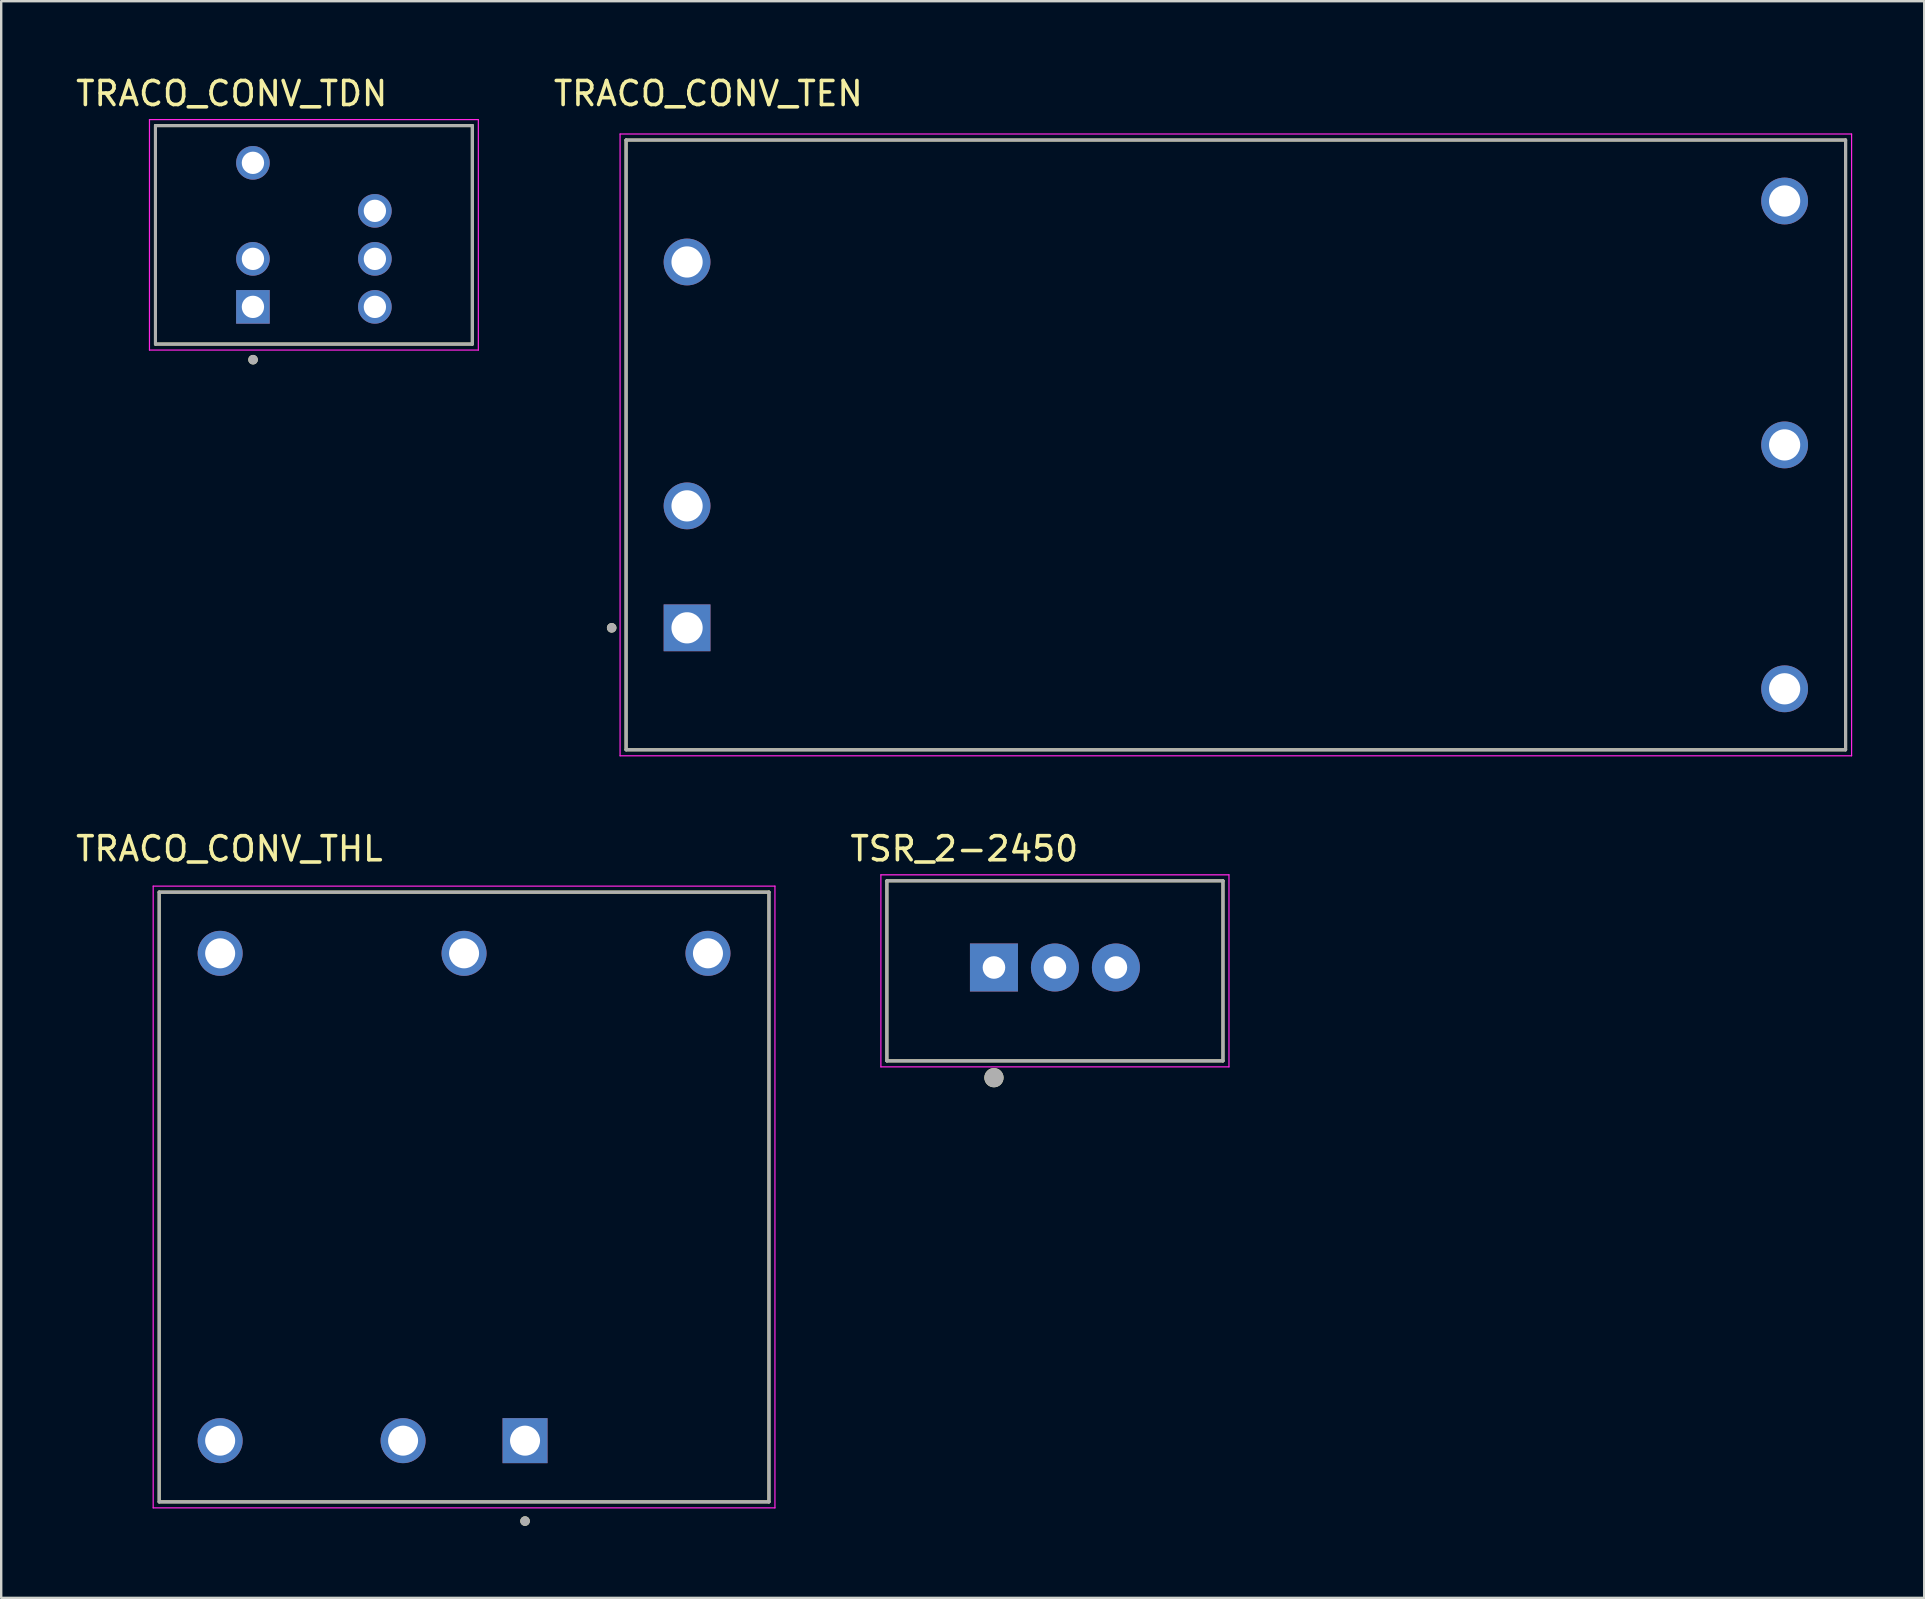
<source format=kicad_pcb>
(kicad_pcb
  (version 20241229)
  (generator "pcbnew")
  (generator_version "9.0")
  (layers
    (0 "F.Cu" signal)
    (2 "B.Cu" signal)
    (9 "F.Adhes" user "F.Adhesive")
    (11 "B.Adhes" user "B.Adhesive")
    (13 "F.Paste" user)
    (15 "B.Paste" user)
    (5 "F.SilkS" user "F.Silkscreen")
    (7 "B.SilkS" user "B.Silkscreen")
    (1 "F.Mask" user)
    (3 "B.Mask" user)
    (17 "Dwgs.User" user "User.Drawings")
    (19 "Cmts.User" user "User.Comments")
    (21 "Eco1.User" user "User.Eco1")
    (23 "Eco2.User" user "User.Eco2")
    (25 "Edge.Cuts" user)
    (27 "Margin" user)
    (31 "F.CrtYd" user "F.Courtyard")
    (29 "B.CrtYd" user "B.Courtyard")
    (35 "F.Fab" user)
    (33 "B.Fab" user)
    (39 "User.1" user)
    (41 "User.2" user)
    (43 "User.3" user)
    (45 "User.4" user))
  (footprint "TSR_2-2450"
    (layer "F.Cu")
    (at 40.894 37.392)
    (property "Reference" "TSR_2-2450" (at -3.775 -5.085 0) (layer "F.SilkS") (effects (font (size 1 1) (thickness 0.15))))
    (attr through_hole)
    (fp_line (start -7 -3.75) (end 7 -3.75) (stroke (width 0.127) (type solid)) (layer "F.SilkS"))
    (fp_line (start -7 3.75) (end -7 -3.75) (stroke (width 0.127) (type solid)) (layer "F.SilkS"))
    (fp_line (start 7 3.75) (end -7 3.75) (stroke (width 0.127) (type solid)) (layer "F.SilkS"))
    (fp_line (start 7 3.75) (end 7 -3.75) (stroke (width 0.127) (type solid)) (layer "F.SilkS"))
    (fp_circle (center -2.54 4.45) (end -2.34 4.45) (stroke (width 0.4) (type solid)) (fill no) (layer "F.SilkS"))
    (fp_line (start -7.25 -4) (end -7.25 4) (stroke (width 0.05) (type solid)) (layer "F.CrtYd"))
    (fp_line (start -7.25 -4) (end 7.25 -4) (stroke (width 0.05) (type solid)) (layer "F.CrtYd"))
    (fp_line (start 7.25 4) (end -7.25 4) (stroke (width 0.05) (type solid)) (layer "F.CrtYd"))
    (fp_line (start 7.25 4) (end 7.25 -4) (stroke (width 0.05) (type solid)) (layer "F.CrtYd"))
    (fp_line (start -7 -3.75) (end 7 -3.75) (stroke (width 0.127) (type solid)) (layer "F.Fab"))
    (fp_line (start -7 3.75) (end -7 -3.75) (stroke (width 0.127) (type solid)) (layer "F.Fab"))
    (fp_line (start 7 -3.75) (end 7 3.75) (stroke (width 0.127) (type solid)) (layer "F.Fab"))
    (fp_line (start 7 3.75) (end -7 3.75) (stroke (width 0.127) (type solid)) (layer "F.Fab"))
    (fp_circle (center -2.54 4.45) (end -2.34 4.45) (stroke (width 0.4) (type solid)) (fill no) (layer "F.Fab"))
    (pad "1" thru_hole rect (at -2.54 -0.14) (size 2 2) (drill 0.94) (layers "*.Cu" "*.Mask"))
    (pad "2" thru_hole circle (at 0 -0.14) (size 2 2) (drill 0.94) (layers "*.Cu" "*.Mask"))
    (pad "3" thru_hole circle (at 2.54 -0.14) (size 2 2) (drill 0.94) (layers "*.Cu" "*.Mask")))
  (footprint "TRACO_CONV_THL"
    (layer "F.Cu")
    (at 16.281 46.812)
    (property "Reference" "TRACO_CONV_THL" (at -9.775 -14.505 0) (layer "F.SilkS") (effects (font (size 1 1) (thickness 0.15))))
    (attr through_hole)
    (fp_line (start -12.7 -12.7) (end 12.7 -12.7) (stroke (width 0.127) (type solid)) (layer "F.SilkS"))
    (fp_line (start -12.7 12.7) (end -12.7 -12.7) (stroke (width 0.127) (type solid)) (layer "F.SilkS"))
    (fp_line (start 12.7 -12.7) (end 12.7 12.7) (stroke (width 0.127) (type solid)) (layer "F.SilkS"))
    (fp_line (start 12.7 12.7) (end -12.7 12.7) (stroke (width 0.127) (type solid)) (layer "F.SilkS"))
    (fp_circle (center 2.54 13.5) (end 2.64 13.5) (stroke (width 0.2) (type solid)) (fill no) (layer "F.SilkS"))
    (fp_line (start -12.95 -12.95) (end -12.95 12.95) (stroke (width 0.05) (type solid)) (layer "F.CrtYd"))
    (fp_line (start -12.95 12.95) (end 12.95 12.95) (stroke (width 0.05) (type solid)) (layer "F.CrtYd"))
    (fp_line (start 12.95 -12.95) (end -12.95 -12.95) (stroke (width 0.05) (type solid)) (layer "F.CrtYd"))
    (fp_line (start 12.95 12.95) (end 12.95 -12.95) (stroke (width 0.05) (type solid)) (layer "F.CrtYd"))
    (fp_line (start -12.7 -12.7) (end 12.7 -12.7) (stroke (width 0.127) (type solid)) (layer "F.Fab"))
    (fp_line (start -12.7 12.7) (end -12.7 -12.7) (stroke (width 0.127) (type solid)) (layer "F.Fab"))
    (fp_line (start 12.7 -12.7) (end 12.7 12.7) (stroke (width 0.127) (type solid)) (layer "F.Fab"))
    (fp_line (start 12.7 12.7) (end -12.7 12.7) (stroke (width 0.127) (type solid)) (layer "F.Fab"))
    (fp_circle (center 2.54 13.5) (end 2.64 13.5) (stroke (width 0.2) (type solid)) (fill no) (layer "F.Fab"))
    (pad "1" thru_hole rect (at 2.54 10.15) (size 1.875 1.875) (drill 1.25) (layers "*.Cu" "*.Mask"))
    (pad "2" thru_hole circle (at -2.54 10.15) (size 1.875 1.875) (drill 1.25) (layers "*.Cu" "*.Mask"))
    (pad "3" thru_hole circle (at 10.16 -10.15) (size 1.875 1.875) (drill 1.25) (layers "*.Cu" "*.Mask"))
    (pad "4" thru_hole circle (at 0 -10.15) (size 1.875 1.875) (drill 1.25) (layers "*.Cu" "*.Mask"))
    (pad "5" thru_hole circle (at -10.16 -10.15) (size 1.875 1.875) (drill 1.25) (layers "*.Cu" "*.Mask"))
    (pad "6" thru_hole circle (at -10.16 10.15) (size 1.875 1.875) (drill 1.25) (layers "*.Cu" "*.Mask")))
  (footprint "TRACO_CONV_TDN"
    (layer "F.Cu")
    (at 10.026 6.733)
    (property "Reference" "TRACO_CONV_TDN" (at -3.425 -5.885 0) (layer "F.SilkS") (effects (font (size 1 1) (thickness 0.15))))
    (attr through_hole)
    (fp_line (start -6.6 -4.55) (end -6.6 4.55) (stroke (width 0.127) (type solid)) (layer "F.SilkS"))
    (fp_line (start -6.6 4.55) (end 6.6 4.55) (stroke (width 0.127) (type solid)) (layer "F.SilkS"))
    (fp_line (start 6.6 -4.55) (end -6.6 -4.55) (stroke (width 0.127) (type solid)) (layer "F.SilkS"))
    (fp_line (start 6.6 4.55) (end 6.6 -4.55) (stroke (width 0.127) (type solid)) (layer "F.SilkS"))
    (fp_circle (center -2.535 5.2) (end -2.435 5.2) (stroke (width 0.2) (type solid)) (fill no) (layer "F.SilkS"))
    (fp_line (start -6.85 -4.8) (end 6.85 -4.8) (stroke (width 0.05) (type solid)) (layer "F.CrtYd"))
    (fp_line (start -6.85 4.8) (end -6.85 -4.8) (stroke (width 0.05) (type solid)) (layer "F.CrtYd"))
    (fp_line (start -6.85 4.8) (end 6.85 4.8) (stroke (width 0.05) (type solid)) (layer "F.CrtYd"))
    (fp_line (start 6.85 4.8) (end 6.85 -4.8) (stroke (width 0.05) (type solid)) (layer "F.CrtYd"))
    (fp_line (start -6.6 4.55) (end -6.6 -4.55) (stroke (width 0.127) (type solid)) (layer "F.Fab"))
    (fp_line (start 6.6 -4.55) (end -6.6 -4.55) (stroke (width 0.127) (type solid)) (layer "F.Fab"))
    (fp_line (start 6.6 4.55) (end -6.6 4.55) (stroke (width 0.127) (type solid)) (layer "F.Fab"))
    (fp_line (start 6.6 4.55) (end 6.6 -4.55) (stroke (width 0.127) (type solid)) (layer "F.Fab"))
    (fp_circle (center -2.535 5.2) (end -2.435 5.2) (stroke (width 0.2) (type solid)) (fill no) (layer "F.Fab"))
    (pad "1" thru_hole rect (at -2.54 3) (size 1.4 1.4) (drill 0.93) (layers "*.Cu" "*.Mask"))
    (pad "2" thru_hole circle (at -2.54 1) (size 1.4 1.4) (drill 0.93) (layers "*.Cu" "*.Mask"))
    (pad "4" thru_hole circle (at -2.54 -3) (size 1.4 1.4) (drill 0.93) (layers "*.Cu" "*.Mask"))
    (pad "5" thru_hole circle (at 2.54 3) (size 1.4 1.4) (drill 0.93) (layers "*.Cu" "*.Mask"))
    (pad "6" thru_hole circle (at 2.54 1) (size 1.4 1.4) (drill 0.93) (layers "*.Cu" "*.Mask"))
    (pad "7" thru_hole circle (at 2.54 -1) (size 1.4 1.4) (drill 0.93) (layers "*.Cu" "*.Mask")))
  (footprint "TRACO_CONV_TEN"
    (layer "F.Cu")
    (at 48.43 15.483)
    (property "Reference" "TRACO_CONV_TEN" (at -21.975 -14.635 0) (layer "F.SilkS") (effects (font (size 1 1) (thickness 0.15))))
    (attr through_hole)
    (fp_line (start -25.4 -12.7) (end 25.4 -12.7) (stroke (width 0.127) (type solid)) (layer "F.SilkS"))
    (fp_line (start -25.4 12.7) (end -25.4 -12.7) (stroke (width 0.127) (type solid)) (layer "F.SilkS"))
    (fp_line (start 25.4 -12.7) (end 25.4 12.7) (stroke (width 0.127) (type solid)) (layer "F.SilkS"))
    (fp_line (start 25.4 12.7) (end -25.4 12.7) (stroke (width 0.127) (type solid)) (layer "F.SilkS"))
    (fp_circle (center -26 7.62) (end -25.9 7.62) (stroke (width 0.2) (type solid)) (fill no) (layer "F.SilkS"))
    (fp_line (start -25.65 -12.95) (end -25.65 12.95) (stroke (width 0.05) (type solid)) (layer "F.CrtYd"))
    (fp_line (start -25.65 -12.95) (end 25.65 -12.95) (stroke (width 0.05) (type solid)) (layer "F.CrtYd"))
    (fp_line (start -25.65 12.95) (end 25.65 12.95) (stroke (width 0.05) (type solid)) (layer "F.CrtYd"))
    (fp_line (start 25.65 -12.95) (end 25.65 12.95) (stroke (width 0.05) (type solid)) (layer "F.CrtYd"))
    (fp_line (start -25.4 -12.7) (end 25.4 -12.7) (stroke (width 0.127) (type solid)) (layer "F.Fab"))
    (fp_line (start -25.4 12.7) (end -25.4 -12.7) (stroke (width 0.127) (type solid)) (layer "F.Fab"))
    (fp_line (start 25.4 -12.7) (end 25.4 12.7) (stroke (width 0.127) (type solid)) (layer "F.Fab"))
    (fp_line (start 25.4 12.7) (end -25.4 12.7) (stroke (width 0.127) (type solid)) (layer "F.Fab"))
    (fp_circle (center -26 7.62) (end -25.9 7.62) (stroke (width 0.2) (type solid)) (fill no) (layer "F.Fab"))
    (pad "1" thru_hole rect (at -22.86 7.62) (size 1.95 1.95) (drill 1.3) (layers "*.Cu" "*.Mask"))
    (pad "2" thru_hole circle (at -22.86 2.54) (size 1.95 1.95) (drill 1.3) (layers "*.Cu" "*.Mask"))
    (pad "3" thru_hole circle (at -22.86 -7.62) (size 1.95 1.95) (drill 1.3) (layers "*.Cu" "*.Mask"))
    (pad "4" thru_hole circle (at 22.86 10.16) (size 1.95 1.95) (drill 1.3) (layers "*.Cu" "*.Mask"))
    (pad "5" thru_hole circle (at 22.86 0) (size 1.95 1.95) (drill 1.3) (layers "*.Cu" "*.Mask"))
    (pad "6" thru_hole circle (at 22.86 -10.16) (size 1.95 1.95) (drill 1.3) (layers "*.Cu" "*.Mask")))
  (gr_rect
    (start -3 -3)
    (end 77.105 63.511)
    (stroke (width 0.1) (type default))
    (fill no)
    (layer "Edge.Cuts")))
</source>
